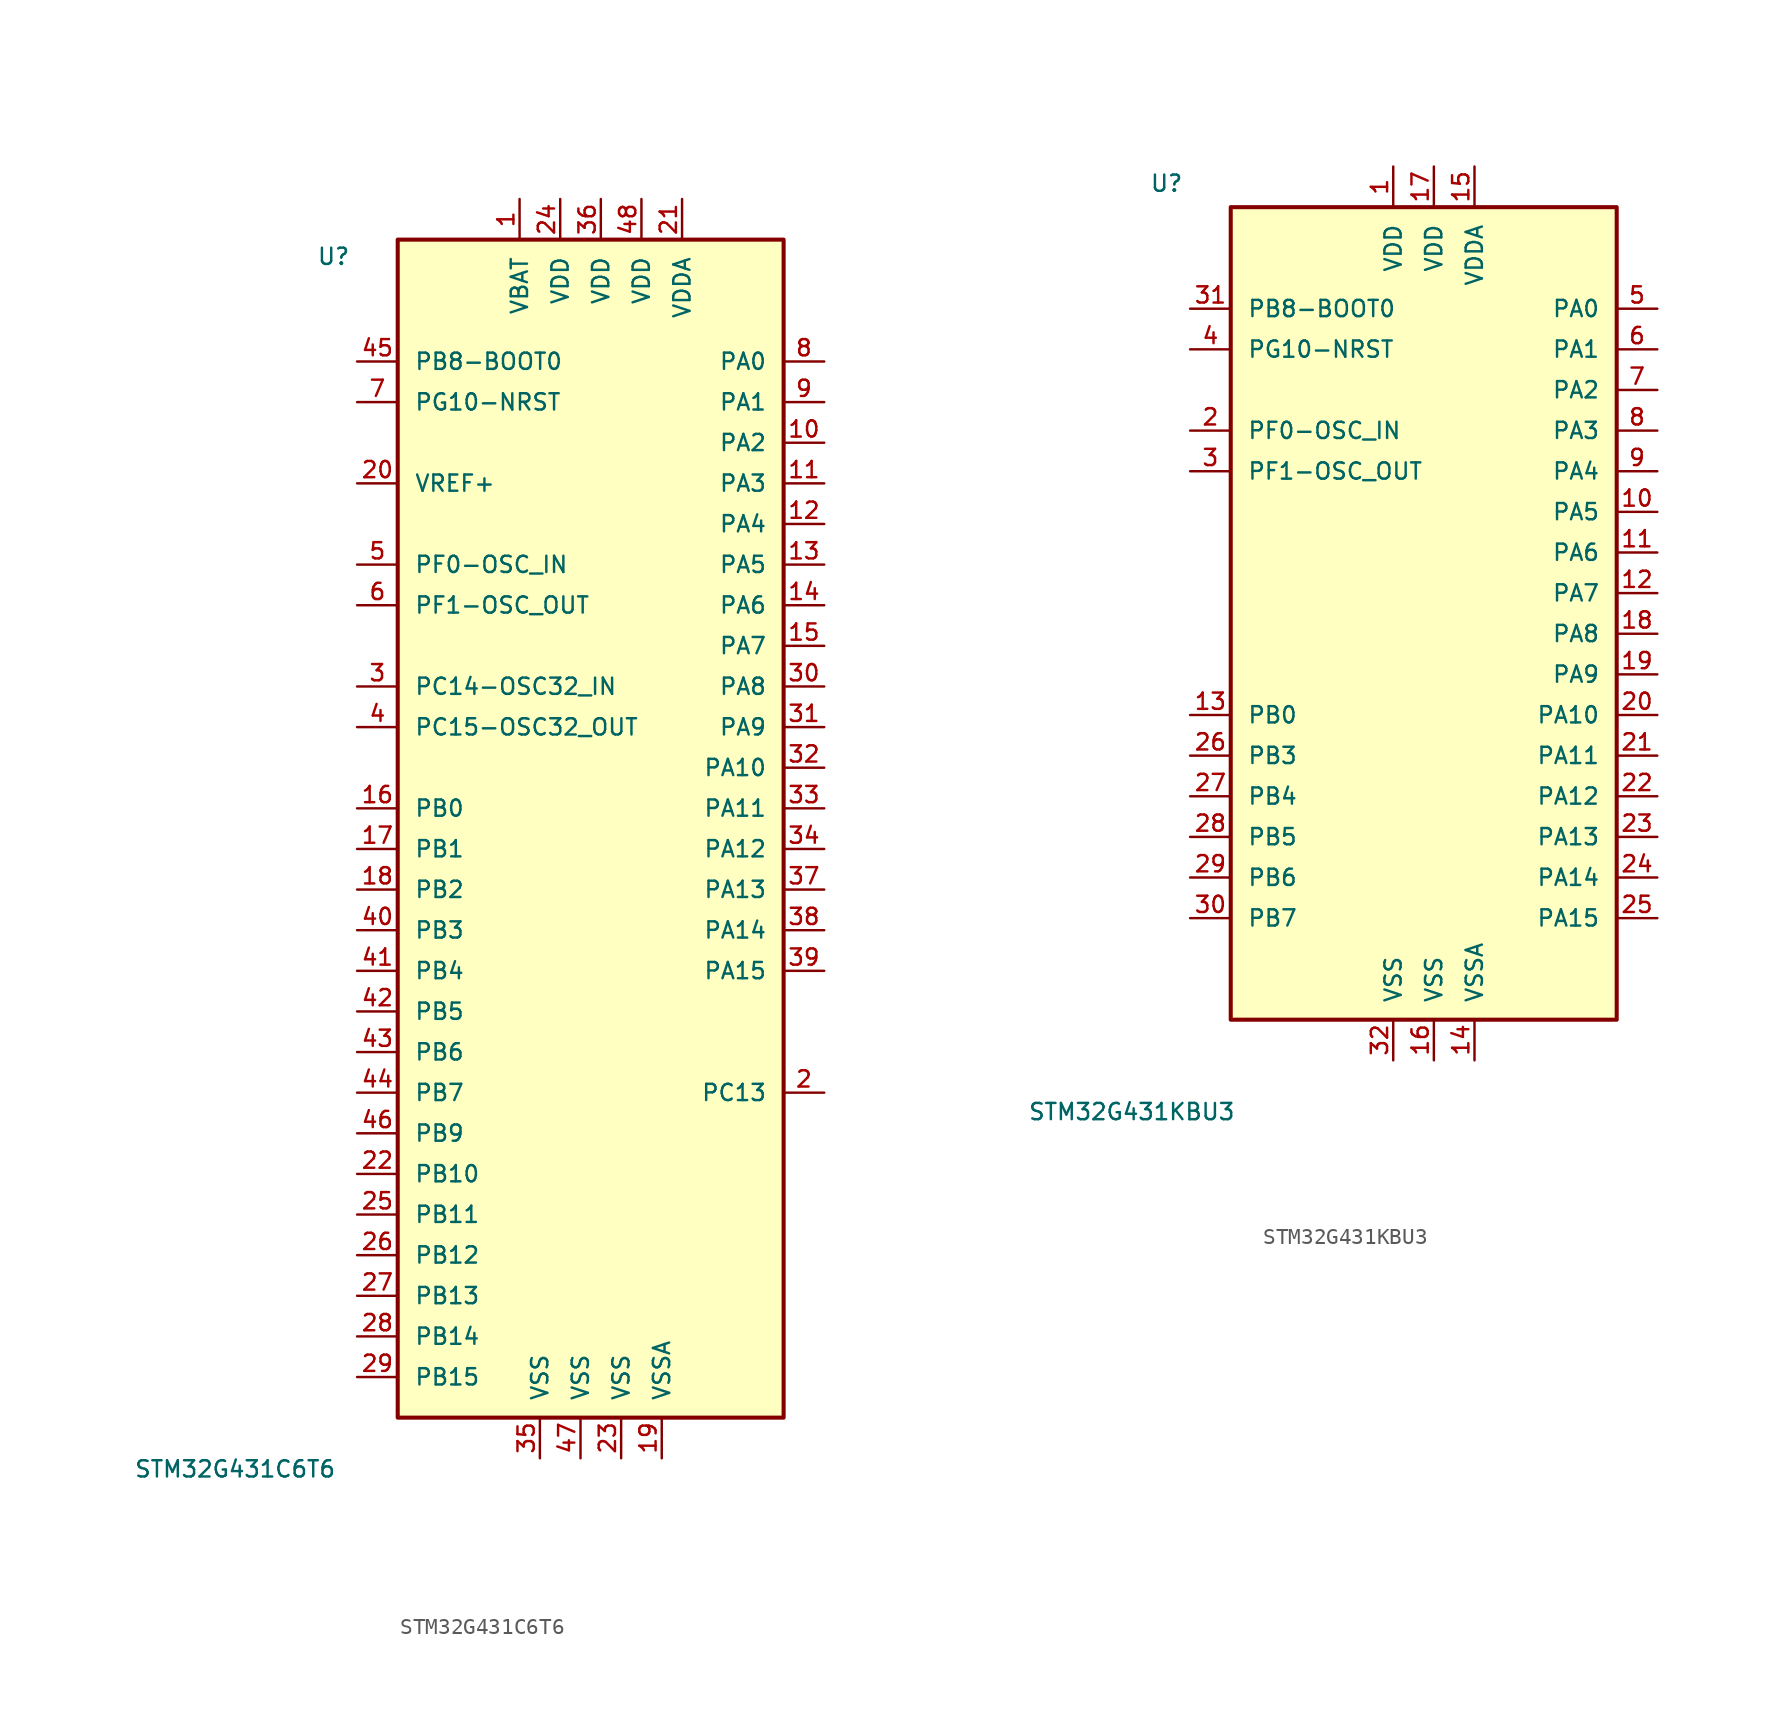
<source format=kicad_sym>
(kicad_symbol_lib
  (version 20211014)
  (generator kicad_symbol_editor)
  (symbol "STM32G431C6T6"
    (pin_names
      (offset 1.016))
    (property "Reference" "U"
      (at -17.78 31.369 0)
      (effects (font (size 1.016 1.016)) (justify left bottom)))
    (property "Value" "STM32G431C6T6"
      (at -29.21 -44.45 0)
      (effects (font (size 1.016 1.016)) (justify left bottom)))
    (symbol "STM32G431C6T6_0_0"
      (rectangle (start -12.7 33.02) (end 11.43 -40.64) (stroke (width 0.254) (type default) (color 0 0 0 0)) (fill (type background)))
      (pin power_in line (at -5.08 35.56 270) (length 2.54) (name "VBAT" (effects (font (size 1.016 1.016)))) (number "1" (effects (font (size 1.016 1.016)))))
      (pin bidirectional line (at 13.97 20.32 180) (length 2.54) (name "PA2" (effects (font (size 1.016 1.016)))) (number "10" (effects (font (size 1.016 1.016)))))
      (pin bidirectional line (at 13.97 17.78 180) (length 2.54) (name "PA3" (effects (font (size 1.016 1.016)))) (number "11" (effects (font (size 1.016 1.016)))))
      (pin bidirectional line (at 13.97 15.24 180) (length 2.54) (name "PA4" (effects (font (size 1.016 1.016)))) (number "12" (effects (font (size 1.016 1.016)))))
      (pin bidirectional line (at 13.97 12.7 180) (length 2.54) (name "PA5" (effects (font (size 1.016 1.016)))) (number "13" (effects (font (size 1.016 1.016)))))
      (pin bidirectional line (at 13.97 10.16 180) (length 2.54) (name "PA6" (effects (font (size 1.016 1.016)))) (number "14" (effects (font (size 1.016 1.016)))))
      (pin bidirectional line (at 13.97 7.62 180) (length 2.54) (name "PA7" (effects (font (size 1.016 1.016)))) (number "15" (effects (font (size 1.016 1.016)))))
      (pin bidirectional line (at -15.24 -2.54 0) (length 2.54) (name "PB0" (effects (font (size 1.016 1.016)))) (number "16" (effects (font (size 1.016 1.016)))))
      (pin bidirectional line (at -15.24 -5.08 0) (length 2.54) (name "PB1" (effects (font (size 1.016 1.016)))) (number "17" (effects (font (size 1.016 1.016)))))
      (pin bidirectional line (at -15.24 -7.62 0) (length 2.54) (name "PB2" (effects (font (size 1.016 1.016)))) (number "18" (effects (font (size 1.016 1.016)))))
      (pin power_in line (at 3.81 -43.18 90) (length 2.54) (name "VSSA" (effects (font (size 1.016 1.016)))) (number "19" (effects (font (size 1.016 1.016)))))
      (pin bidirectional line (at 13.97 -20.32 180) (length 2.54) (name "PC13" (effects (font (size 1.016 1.016)))) (number "2" (effects (font (size 1.016 1.016)))))
      (pin power_in line (at -15.24 17.78 0) (length 2.54) (name "VREF+" (effects (font (size 1.016 1.016)))) (number "20" (effects (font (size 1.016 1.016)))))
      (pin power_in line (at 5.08 35.56 270) (length 2.54) (name "VDDA" (effects (font (size 1.016 1.016)))) (number "21" (effects (font (size 1.016 1.016)))))
      (pin bidirectional line (at -15.24 -25.4 0) (length 2.54) (name "PB10" (effects (font (size 1.016 1.016)))) (number "22" (effects (font (size 1.016 1.016)))))
      (pin power_in line (at 1.27 -43.18 90) (length 2.54) (name "VSS" (effects (font (size 1.016 1.016)))) (number "23" (effects (font (size 1.016 1.016)))))
      (pin power_in line (at -2.54 35.56 270) (length 2.54) (name "VDD" (effects (font (size 1.016 1.016)))) (number "24" (effects (font (size 1.016 1.016)))))
      (pin bidirectional line (at -15.24 -27.94 0) (length 2.54) (name "PB11" (effects (font (size 1.016 1.016)))) (number "25" (effects (font (size 1.016 1.016)))))
      (pin bidirectional line (at -15.24 -30.48 0) (length 2.54) (name "PB12" (effects (font (size 1.016 1.016)))) (number "26" (effects (font (size 1.016 1.016)))))
      (pin bidirectional line (at -15.24 -33.02 0) (length 2.54) (name "PB13" (effects (font (size 1.016 1.016)))) (number "27" (effects (font (size 1.016 1.016)))))
      (pin bidirectional line (at -15.24 -35.56 0) (length 2.54) (name "PB14" (effects (font (size 1.016 1.016)))) (number "28" (effects (font (size 1.016 1.016)))))
      (pin bidirectional line (at -15.24 -38.1 0) (length 2.54) (name "PB15" (effects (font (size 1.016 1.016)))) (number "29" (effects (font (size 1.016 1.016)))))
      (pin bidirectional line (at -15.24 5.08 0) (length 2.54) (name "PC14-OSC32_IN" (effects (font (size 1.016 1.016)))) (number "3" (effects (font (size 1.016 1.016)))))
      (pin bidirectional line (at 13.97 5.08 180) (length 2.54) (name "PA8" (effects (font (size 1.016 1.016)))) (number "30" (effects (font (size 1.016 1.016)))))
      (pin bidirectional line (at 13.97 2.54 180) (length 2.54) (name "PA9" (effects (font (size 1.016 1.016)))) (number "31" (effects (font (size 1.016 1.016)))))
      (pin bidirectional line (at 13.97 0 180) (length 2.54) (name "PA10" (effects (font (size 1.016 1.016)))) (number "32" (effects (font (size 1.016 1.016)))))
      (pin bidirectional line (at 13.97 -2.54 180) (length 2.54) (name "PA11" (effects (font (size 1.016 1.016)))) (number "33" (effects (font (size 1.016 1.016)))))
      (pin bidirectional line (at 13.97 -5.08 180) (length 2.54) (name "PA12" (effects (font (size 1.016 1.016)))) (number "34" (effects (font (size 1.016 1.016)))))
      (pin power_in line (at -3.81 -43.18 90) (length 2.54) (name "VSS" (effects (font (size 1.016 1.016)))) (number "35" (effects (font (size 1.016 1.016)))))
      (pin power_in line (at 0 35.56 270) (length 2.54) (name "VDD" (effects (font (size 1.016 1.016)))) (number "36" (effects (font (size 1.016 1.016)))))
      (pin bidirectional line (at 13.97 -7.62 180) (length 2.54) (name "PA13" (effects (font (size 1.016 1.016)))) (number "37" (effects (font (size 1.016 1.016)))))
      (pin bidirectional line (at 13.97 -10.16 180) (length 2.54) (name "PA14" (effects (font (size 1.016 1.016)))) (number "38" (effects (font (size 1.016 1.016)))))
      (pin bidirectional line (at 13.97 -12.7 180) (length 2.54) (name "PA15" (effects (font (size 1.016 1.016)))) (number "39" (effects (font (size 1.016 1.016)))))
      (pin bidirectional line (at -15.24 2.54 0) (length 2.54) (name "PC15-OSC32_OUT" (effects (font (size 1.016 1.016)))) (number "4" (effects (font (size 1.016 1.016)))))
      (pin bidirectional line (at -15.24 -10.16 0) (length 2.54) (name "PB3" (effects (font (size 1.016 1.016)))) (number "40" (effects (font (size 1.016 1.016)))))
      (pin bidirectional line (at -15.24 -12.7 0) (length 2.54) (name "PB4" (effects (font (size 1.016 1.016)))) (number "41" (effects (font (size 1.016 1.016)))))
      (pin bidirectional line (at -15.24 -15.24 0) (length 2.54) (name "PB5" (effects (font (size 1.016 1.016)))) (number "42" (effects (font (size 1.016 1.016)))))
      (pin bidirectional line (at -15.24 -17.78 0) (length 2.54) (name "PB6" (effects (font (size 1.016 1.016)))) (number "43" (effects (font (size 1.016 1.016)))))
      (pin bidirectional line (at -15.24 -20.32 0) (length 2.54) (name "PB7" (effects (font (size 1.016 1.016)))) (number "44" (effects (font (size 1.016 1.016)))))
      (pin bidirectional line (at -15.24 25.4 0) (length 2.54) (name "PB8-BOOT0" (effects (font (size 1.016 1.016)))) (number "45" (effects (font (size 1.016 1.016)))))
      (pin bidirectional line (at -15.24 -22.86 0) (length 2.54) (name "PB9" (effects (font (size 1.016 1.016)))) (number "46" (effects (font (size 1.016 1.016)))))
      (pin power_in line (at -1.27 -43.18 90) (length 2.54) (name "VSS" (effects (font (size 1.016 1.016)))) (number "47" (effects (font (size 1.016 1.016)))))
      (pin power_in line (at 2.54 35.56 270) (length 2.54) (name "VDD" (effects (font (size 1.016 1.016)))) (number "48" (effects (font (size 1.016 1.016)))))
      (pin bidirectional line (at -15.24 12.7 0) (length 2.54) (name "PF0-OSC_IN" (effects (font (size 1.016 1.016)))) (number "5" (effects (font (size 1.016 1.016)))))
      (pin bidirectional line (at -15.24 10.16 0) (length 2.54) (name "PF1-OSC_OUT" (effects (font (size 1.016 1.016)))) (number "6" (effects (font (size 1.016 1.016)))))
      (pin bidirectional line (at -15.24 22.86 0) (length 2.54) (name "PG10-NRST" (effects (font (size 1.016 1.016)))) (number "7" (effects (font (size 1.016 1.016)))))
      (pin bidirectional line (at 13.97 25.4 180) (length 2.54) (name "PA0" (effects (font (size 1.016 1.016)))) (number "8" (effects (font (size 1.016 1.016)))))
      (pin bidirectional line (at 13.97 22.86 180) (length 2.54) (name "PA1" (effects (font (size 1.016 1.016)))) (number "9" (effects (font (size 1.016 1.016)))))))
  (symbol "STM32G431KBU3"
    (pin_names
      (offset 1.016))
    (property "Reference" "U"
      (at -17.78 31.369 0)
      (effects (font (size 1.016 1.016)) (justify left bottom)))
    (property "Value" "STM32G431KBU3"
      (at -25.4 -26.67 0)
      (effects (font (size 1.016 1.016)) (justify left bottom)))
    (symbol "STM32G431KBU3_0_0"
      (rectangle (start -12.7 30.48) (end 11.43 -20.32) (stroke (width 0.254) (type default) (color 0 0 0 0)) (fill (type background)))
      (pin power_in line (at -2.54 33.02 270) (length 2.54) (name "VDD" (effects (font (size 1.016 1.016)))) (number "1" (effects (font (size 1.016 1.016)))))
      (pin bidirectional line (at 13.97 11.43 180) (length 2.54) (name "PA5" (effects (font (size 1.016 1.016)))) (number "10" (effects (font (size 1.016 1.016)))))
      (pin bidirectional line (at 13.97 8.89 180) (length 2.54) (name "PA6" (effects (font (size 1.016 1.016)))) (number "11" (effects (font (size 1.016 1.016)))))
      (pin bidirectional line (at 13.97 6.35 180) (length 2.54) (name "PA7" (effects (font (size 1.016 1.016)))) (number "12" (effects (font (size 1.016 1.016)))))
      (pin bidirectional line (at -15.24 -1.27 0) (length 2.54) (name "PB0" (effects (font (size 1.016 1.016)))) (number "13" (effects (font (size 1.016 1.016)))))
      (pin power_in line (at 2.54 -22.86 90) (length 2.54) (name "VSSA" (effects (font (size 1.016 1.016)))) (number "14" (effects (font (size 1.016 1.016)))))
      (pin power_in line (at 2.54 33.02 270) (length 2.54) (name "VDDA" (effects (font (size 1.016 1.016)))) (number "15" (effects (font (size 1.016 1.016)))))
      (pin power_in line (at 0 -22.86 90) (length 2.54) (name "VSS" (effects (font (size 1.016 1.016)))) (number "16" (effects (font (size 1.016 1.016)))))
      (pin power_in line (at 0 33.02 270) (length 2.54) (name "VDD" (effects (font (size 1.016 1.016)))) (number "17" (effects (font (size 1.016 1.016)))))
      (pin bidirectional line (at 13.97 3.81 180) (length 2.54) (name "PA8" (effects (font (size 1.016 1.016)))) (number "18" (effects (font (size 1.016 1.016)))))
      (pin bidirectional line (at 13.97 1.27 180) (length 2.54) (name "PA9" (effects (font (size 1.016 1.016)))) (number "19" (effects (font (size 1.016 1.016)))))
      (pin bidirectional line (at -15.24 16.51 0) (length 2.54) (name "PF0-OSC_IN" (effects (font (size 1.016 1.016)))) (number "2" (effects (font (size 1.016 1.016)))))
      (pin bidirectional line (at 13.97 -1.27 180) (length 2.54) (name "PA10" (effects (font (size 1.016 1.016)))) (number "20" (effects (font (size 1.016 1.016)))))
      (pin bidirectional line (at 13.97 -3.81 180) (length 2.54) (name "PA11" (effects (font (size 1.016 1.016)))) (number "21" (effects (font (size 1.016 1.016)))))
      (pin bidirectional line (at 13.97 -6.35 180) (length 2.54) (name "PA12" (effects (font (size 1.016 1.016)))) (number "22" (effects (font (size 1.016 1.016)))))
      (pin bidirectional line (at 13.97 -8.89 180) (length 2.54) (name "PA13" (effects (font (size 1.016 1.016)))) (number "23" (effects (font (size 1.016 1.016)))))
      (pin bidirectional line (at 13.97 -11.43 180) (length 2.54) (name "PA14" (effects (font (size 1.016 1.016)))) (number "24" (effects (font (size 1.016 1.016)))))
      (pin bidirectional line (at 13.97 -13.97 180) (length 2.54) (name "PA15" (effects (font (size 1.016 1.016)))) (number "25" (effects (font (size 1.016 1.016)))))
      (pin bidirectional line (at -15.24 -3.81 0) (length 2.54) (name "PB3" (effects (font (size 1.016 1.016)))) (number "26" (effects (font (size 1.016 1.016)))))
      (pin bidirectional line (at -15.24 -6.35 0) (length 2.54) (name "PB4" (effects (font (size 1.016 1.016)))) (number "27" (effects (font (size 1.016 1.016)))))
      (pin bidirectional line (at -15.24 -8.89 0) (length 2.54) (name "PB5" (effects (font (size 1.016 1.016)))) (number "28" (effects (font (size 1.016 1.016)))))
      (pin bidirectional line (at -15.24 -11.43 0) (length 2.54) (name "PB6" (effects (font (size 1.016 1.016)))) (number "29" (effects (font (size 1.016 1.016)))))
      (pin bidirectional line (at -15.24 13.97 0) (length 2.54) (name "PF1-OSC_OUT" (effects (font (size 1.016 1.016)))) (number "3" (effects (font (size 1.016 1.016)))))
      (pin bidirectional line (at -15.24 -13.97 0) (length 2.54) (name "PB7" (effects (font (size 1.016 1.016)))) (number "30" (effects (font (size 1.016 1.016)))))
      (pin bidirectional line (at -15.24 24.13 0) (length 2.54) (name "PB8-BOOT0" (effects (font (size 1.016 1.016)))) (number "31" (effects (font (size 1.016 1.016)))))
      (pin power_in line (at -2.54 -22.86 90) (length 2.54) (name "VSS" (effects (font (size 1.016 1.016)))) (number "32" (effects (font (size 1.016 1.016)))))
      (pin bidirectional line (at -15.24 21.59 0) (length 2.54) (name "PG10-NRST" (effects (font (size 1.016 1.016)))) (number "4" (effects (font (size 1.016 1.016)))))
      (pin bidirectional line (at 13.97 24.13 180) (length 2.54) (name "PA0" (effects (font (size 1.016 1.016)))) (number "5" (effects (font (size 1.016 1.016)))))
      (pin bidirectional line (at 13.97 21.59 180) (length 2.54) (name "PA1" (effects (font (size 1.016 1.016)))) (number "6" (effects (font (size 1.016 1.016)))))
      (pin bidirectional line (at 13.97 19.05 180) (length 2.54) (name "PA2" (effects (font (size 1.016 1.016)))) (number "7" (effects (font (size 1.016 1.016)))))
      (pin bidirectional line (at 13.97 16.51 180) (length 2.54) (name "PA3" (effects (font (size 1.016 1.016)))) (number "8" (effects (font (size 1.016 1.016)))))
      (pin bidirectional line (at 13.97 13.97 180) (length 2.54) (name "PA4" (effects (font (size 1.016 1.016)))) (number "9" (effects (font (size 1.016 1.016))))))))
</source>
